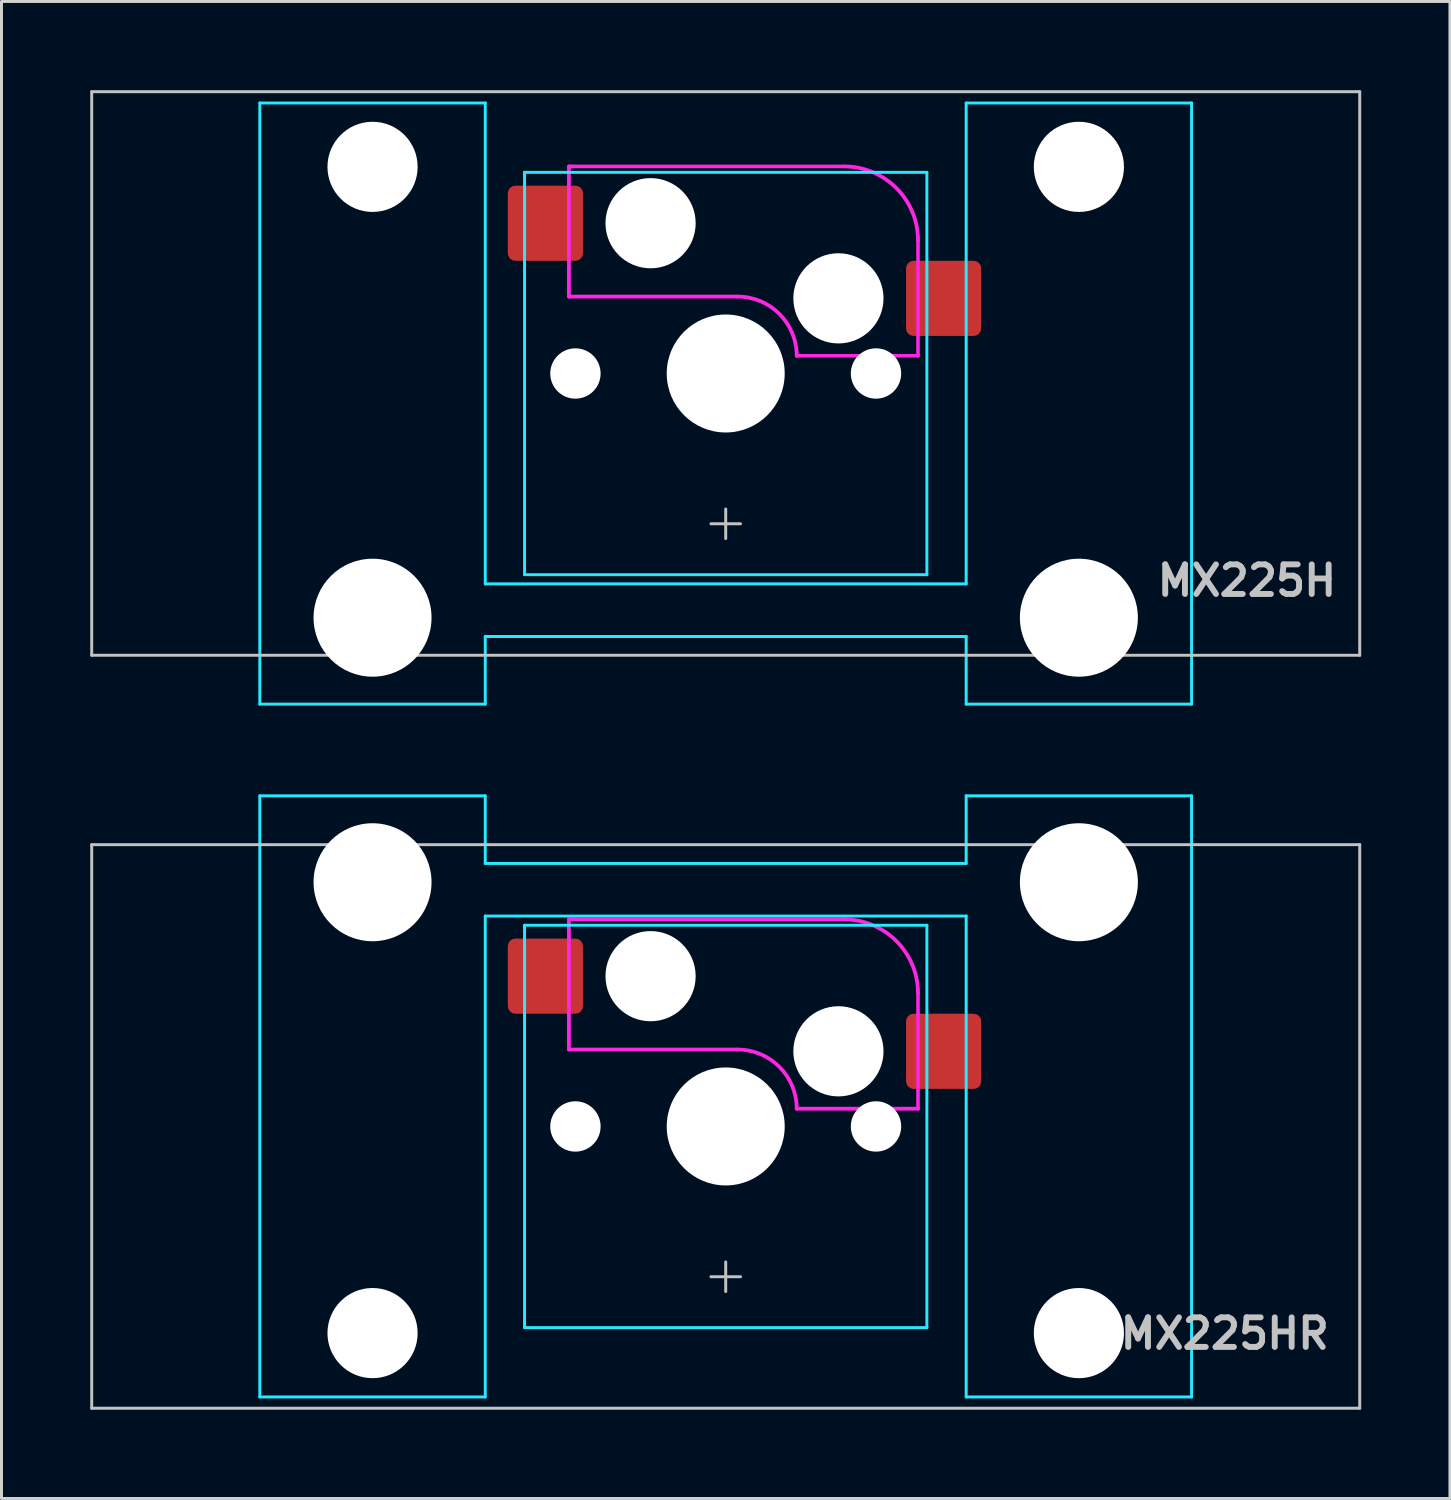
<source format=kicad_pcb>
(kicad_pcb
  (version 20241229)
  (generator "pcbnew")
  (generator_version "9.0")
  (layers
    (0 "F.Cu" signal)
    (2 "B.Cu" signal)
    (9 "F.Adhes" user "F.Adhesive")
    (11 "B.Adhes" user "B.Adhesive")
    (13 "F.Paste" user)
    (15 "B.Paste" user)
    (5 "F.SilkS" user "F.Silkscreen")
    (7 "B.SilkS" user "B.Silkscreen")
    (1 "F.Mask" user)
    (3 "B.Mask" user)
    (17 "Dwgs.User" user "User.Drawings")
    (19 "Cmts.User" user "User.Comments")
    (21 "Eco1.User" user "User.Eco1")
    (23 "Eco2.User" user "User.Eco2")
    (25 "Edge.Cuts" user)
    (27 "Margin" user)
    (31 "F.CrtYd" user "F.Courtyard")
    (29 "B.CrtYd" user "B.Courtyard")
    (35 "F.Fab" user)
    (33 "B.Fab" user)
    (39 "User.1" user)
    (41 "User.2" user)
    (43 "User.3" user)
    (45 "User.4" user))
  (footprint "MX225H"
    (layer "F.Cu")
    (at 21.481 9.575)
    (property "Reference" "MX225H" (at 20.75 7 0) (layer "Dwgs.User") (effects (font (size 1 1) (thickness 0.2)) (justify right)))
    (attr smd)
    (fp_line (start -21.431 -9.525) (end -21.431 9.525) (stroke (width 0.1) (type solid)) (layer "Dwgs.User"))
    (fp_line (start -21.431 -9.525) (end 21.431 -9.525) (stroke (width 0.1) (type solid)) (layer "Dwgs.User"))
    (fp_line (start -21.431 9.525) (end 21.431 9.525) (stroke (width 0.1) (type solid)) (layer "Dwgs.User"))
    (fp_line (start -0.5 5.08) (end 0.5 5.08) (stroke (width 0.1) (type solid)) (layer "Dwgs.User"))
    (fp_line (start 0 4.58) (end 0 5.58) (stroke (width 0.1) (type solid)) (layer "Dwgs.User"))
    (fp_line (start 21.431 -9.525) (end 21.431 9.525) (stroke (width 0.1) (type solid)) (layer "Dwgs.User"))
    (fp_line (start -15.438 -5.485) (end -15.438 8.515) (stroke (width 0.1) (type solid)) (layer "Eco1.User"))
    (fp_line (start -14.938 -5.985) (end -8.938 -5.985) (stroke (width 0.1) (type solid)) (layer "Eco1.User"))
    (fp_line (start -8.938 9.015) (end -14.938 9.015) (stroke (width 0.1) (type solid)) (layer "Eco1.User"))
    (fp_line (start -8.438 8.515) (end -8.438 -5.485) (stroke (width 0.1) (type solid)) (layer "Eco1.User"))
    (fp_line (start -7 -6.5) (end -7 6.5) (stroke (width 0.1) (type solid)) (layer "Eco1.User"))
    (fp_line (start -6.5 7) (end 6.5 7) (stroke (width 0.1) (type solid)) (layer "Eco1.User"))
    (fp_line (start 6.5 -7) (end -6.5 -7) (stroke (width 0.1) (type solid)) (layer "Eco1.User"))
    (fp_line (start 7 6.5) (end 7 -6.5) (stroke (width 0.1) (type solid)) (layer "Eco1.User"))
    (fp_line (start 8.438 -5.485) (end 8.438 8.515) (stroke (width 0.1) (type solid)) (layer "Eco1.User"))
    (fp_line (start 8.938 -5.985) (end 14.938 -5.985) (stroke (width 0.1) (type solid)) (layer "Eco1.User"))
    (fp_line (start 14.938 9.015) (end 8.938 9.015) (stroke (width 0.1) (type solid)) (layer "Eco1.User"))
    (fp_line (start 15.438 8.515) (end 15.438 -5.485) (stroke (width 0.1) (type solid)) (layer "Eco1.User"))
    (fp_arc (start -15.438 -5.485) (mid -15.291553 -5.838553) (end -14.938 -5.985) (stroke (width 0.1) (type solid)) (layer "Eco1.User"))
    (fp_arc (start -14.938 9.015) (mid -15.291553 8.868553) (end -15.438 8.515) (stroke (width 0.1) (type solid)) (layer "Eco1.User"))
    (fp_arc (start -8.938 -5.985) (mid -8.584447 -5.838553) (end -8.438 -5.485) (stroke (width 0.1) (type solid)) (layer "Eco1.User"))
    (fp_arc (start -8.438 8.515) (mid -8.584447 8.868553) (end -8.938 9.015) (stroke (width 0.1) (type solid)) (layer "Eco1.User"))
    (fp_arc (start -7 -6.5) (mid -6.853553 -6.853553) (end -6.5 -7) (stroke (width 0.1) (type solid)) (layer "Eco1.User"))
    (fp_arc (start -6.5 7) (mid -6.853553 6.853553) (end -7 6.5) (stroke (width 0.1) (type solid)) (layer "Eco1.User"))
    (fp_arc (start 6.5 -7) (mid 6.853553 -6.853553) (end 7 -6.5) (stroke (width 0.1) (type solid)) (layer "Eco1.User"))
    (fp_arc (start 7 6.5) (mid 6.853553 6.853553) (end 6.5 7) (stroke (width 0.1) (type solid)) (layer "Eco1.User"))
    (fp_arc (start 8.438 -5.485) (mid 8.584447 -5.838553) (end 8.938 -5.985) (stroke (width 0.1) (type solid)) (layer "Eco1.User"))
    (fp_arc (start 8.938 9.015) (mid 8.584447 8.868553) (end 8.438 8.515) (stroke (width 0.1) (type solid)) (layer "Eco1.User"))
    (fp_arc (start 14.938 -5.985) (mid 15.291553 -5.838553) (end 15.438 -5.485) (stroke (width 0.1) (type solid)) (layer "Eco1.User"))
    (fp_arc (start 15.438 8.515) (mid 15.291553 8.868553) (end 14.938 9.015) (stroke (width 0.1) (type solid)) (layer "Eco1.User"))
    (fp_line (start -15.748 -9.144) (end -15.748 11.176) (stroke (width 0.1) (type solid)) (layer "B.CrtYd"))
    (fp_line (start -15.748 11.176) (end -8.128 11.176) (stroke (width 0.1) (type solid)) (layer "B.CrtYd"))
    (fp_line (start -8.128 -9.144) (end -15.748 -9.144) (stroke (width 0.1) (type solid)) (layer "B.CrtYd"))
    (fp_line (start -8.128 7.112) (end -8.128 -9.144) (stroke (width 0.1) (type solid)) (layer "B.CrtYd"))
    (fp_line (start -8.128 7.112) (end 8.128 7.112) (stroke (width 0.1) (type solid)) (layer "B.CrtYd"))
    (fp_line (start -8.128 8.89) (end -8.128 11.176) (stroke (width 0.1) (type solid)) (layer "B.CrtYd"))
    (fp_line (start -8.128 8.89) (end 8.128 8.89) (stroke (width 0.1) (type solid)) (layer "B.CrtYd"))
    (fp_line (start -6.8 -6.8) (end -6.8 6.8) (stroke (width 0.1) (type solid)) (layer "B.CrtYd"))
    (fp_line (start 6.8 -6.8) (end -6.8 -6.8) (stroke (width 0.1) (type solid)) (layer "B.CrtYd"))
    (fp_line (start 6.8 -6.8) (end 6.8 6.8) (stroke (width 0.1) (type solid)) (layer "B.CrtYd"))
    (fp_line (start 6.8 6.8) (end -6.8 6.8) (stroke (width 0.1) (type solid)) (layer "B.CrtYd"))
    (fp_line (start 8.128 -9.144) (end 15.748 -9.144) (stroke (width 0.1) (type solid)) (layer "B.CrtYd"))
    (fp_line (start 8.128 7.112) (end 8.128 -9.142) (stroke (width 0.1) (type solid)) (layer "B.CrtYd"))
    (fp_line (start 8.128 8.89) (end 8.128 11.176) (stroke (width 0.1) (type solid)) (layer "B.CrtYd"))
    (fp_line (start 15.748 11.176) (end 8.128 11.176) (stroke (width 0.1) (type solid)) (layer "B.CrtYd"))
    (fp_line (start 15.748 11.176) (end 15.748 -9.144) (stroke (width 0.1) (type solid)) (layer "B.CrtYd"))
    (fp_line (start -5.3 -7) (end -5.3 -2.6) (stroke (width 0.127) (type solid)) (layer "F.CrtYd"))
    (fp_line (start -5.2 -7) (end -5.3 -7) (stroke (width 0.12) (type solid)) (layer "F.CrtYd"))
    (fp_line (start 0.4 -2.6) (end -5.3 -2.6) (stroke (width 0.127) (type solid)) (layer "F.CrtYd"))
    (fp_line (start 4 -7) (end -5.2 -7) (stroke (width 0.12) (type solid)) (layer "F.CrtYd"))
    (fp_line (start 6.5 -4.5) (end 6.5 -0.6) (stroke (width 0.12) (type solid)) (layer "F.CrtYd"))
    (fp_line (start 6.5 -0.6) (end 2.4 -0.6) (stroke (width 0.12) (type solid)) (layer "F.CrtYd"))
    (fp_arc (start 0.4 -2.6) (mid 1.814214 -2.014214) (end 2.4 -0.6) (stroke (width 0.127) (type solid)) (layer "F.CrtYd"))
    (fp_arc (start 4 -7) (mid 5.767767 -6.267767) (end 6.5 -4.5) (stroke (width 0.127) (type solid)) (layer "F.CrtYd"))
    (pad "" np_thru_hole circle (at -11.938 -6.985) (size 3.048 3.048) (drill 3.048) (layers "*.Cu" "*.Mask"))
    (pad "" np_thru_hole circle (at -11.938 8.255) (size 3.988 3.988) (drill 3.988) (layers "*.Cu" "*.Mask"))
    (pad "" np_thru_hole circle (at -5.08 0) (size 1.702 1.702) (drill 1.702) (layers "*.Cu" "*.Mask"))
    (pad "" np_thru_hole circle (at -2.54 -5.08) (size 3.048 3.048) (drill 3.048) (layers "*.Cu" "*.Mask"))
    (pad "" np_thru_hole circle (at 0 0) (size 3.988 3.988) (drill 3.988) (layers "*.Cu" "*.Mask"))
    (pad "" np_thru_hole circle (at 3.81 -2.54) (size 3.048 3.048) (drill 3.048) (layers "*.Cu" "*.Mask"))
    (pad "" np_thru_hole circle (at 5.08 0) (size 1.702 1.702) (drill 1.702) (layers "*.Cu" "*.Mask"))
    (pad "" np_thru_hole circle (at 11.938 -6.985) (size 3.048 3.048) (drill 3.048) (layers "*.Cu" "*.Mask"))
    (pad "" np_thru_hole circle (at 11.938 8.255) (size 3.988 3.988) (drill 3.988) (layers "*.Cu" "*.Mask"))
    (pad "1" smd roundrect (at -6.096 -5.08) (size 2.54 2.54) (layers "F.Cu" "F.Mask") (roundrect_rratio 0.1))
    (pad "2" smd roundrect (at 7.366 -2.54) (size 2.54 2.54) (layers "F.Cu" "F.Mask") (roundrect_rratio 0.1)))
  (footprint "MX225HR"
    (layer "F.Cu")
    (at 21.481 35.027)
    (property "Reference" "MX225HR" (at 20.5 7 0) (layer "Dwgs.User") (effects (font (size 1 1) (thickness 0.2)) (justify right)))
    (attr smd)
    (fp_line (start -21.431 -9.525) (end -21.431 9.525) (stroke (width 0.1) (type solid)) (layer "Dwgs.User"))
    (fp_line (start -21.431 -9.525) (end 21.431 -9.525) (stroke (width 0.1) (type solid)) (layer "Dwgs.User"))
    (fp_line (start -21.431 9.525) (end 21.431 9.525) (stroke (width 0.1) (type solid)) (layer "Dwgs.User"))
    (fp_line (start -0.5 5.08) (end 0.5 5.08) (stroke (width 0.1) (type solid)) (layer "Dwgs.User"))
    (fp_line (start 0 4.58) (end 0 5.58) (stroke (width 0.1) (type solid)) (layer "Dwgs.User"))
    (fp_line (start 21.431 -9.525) (end 21.431 9.525) (stroke (width 0.1) (type solid)) (layer "Dwgs.User"))
    (fp_line (start -15.438 -8.515) (end -15.438 5.485) (stroke (width 0.1) (type solid)) (layer "Eco1.User"))
    (fp_line (start -14.938 -9.015) (end -8.938 -9.015) (stroke (width 0.1) (type solid)) (layer "Eco1.User"))
    (fp_line (start -8.938 5.985) (end -14.938 5.985) (stroke (width 0.1) (type solid)) (layer "Eco1.User"))
    (fp_line (start -8.438 5.485) (end -8.438 -8.515) (stroke (width 0.1) (type solid)) (layer "Eco1.User"))
    (fp_line (start -7 -6.5) (end -7 6.5) (stroke (width 0.1) (type solid)) (layer "Eco1.User"))
    (fp_line (start -6.5 7) (end 6.5 7) (stroke (width 0.1) (type solid)) (layer "Eco1.User"))
    (fp_line (start 6.5 -7) (end -6.5 -7) (stroke (width 0.1) (type solid)) (layer "Eco1.User"))
    (fp_line (start 7 6.5) (end 7 -6.5) (stroke (width 0.1) (type solid)) (layer "Eco1.User"))
    (fp_line (start 8.438 -8.515) (end 8.438 5.485) (stroke (width 0.1) (type solid)) (layer "Eco1.User"))
    (fp_line (start 8.938 -9.015) (end 14.938 -9.015) (stroke (width 0.1) (type solid)) (layer "Eco1.User"))
    (fp_line (start 14.938 5.985) (end 8.938 5.985) (stroke (width 0.1) (type solid)) (layer "Eco1.User"))
    (fp_line (start 15.438 5.485) (end 15.438 -8.515) (stroke (width 0.1) (type solid)) (layer "Eco1.User"))
    (fp_arc (start -15.438 -8.515) (mid -15.291553 -8.868553) (end -14.938 -9.015) (stroke (width 0.1) (type solid)) (layer "Eco1.User"))
    (fp_arc (start -14.938 5.985) (mid -15.291553 5.838553) (end -15.438 5.485) (stroke (width 0.1) (type solid)) (layer "Eco1.User"))
    (fp_arc (start -8.938 -9.015) (mid -8.584447 -8.868553) (end -8.438 -8.515) (stroke (width 0.1) (type solid)) (layer "Eco1.User"))
    (fp_arc (start -8.438 5.485) (mid -8.584447 5.838553) (end -8.938 5.985) (stroke (width 0.1) (type solid)) (layer "Eco1.User"))
    (fp_arc (start -7 -6.5) (mid -6.853553 -6.853553) (end -6.5 -7) (stroke (width 0.1) (type solid)) (layer "Eco1.User"))
    (fp_arc (start -6.5 7) (mid -6.853553 6.853553) (end -7 6.5) (stroke (width 0.1) (type solid)) (layer "Eco1.User"))
    (fp_arc (start 6.5 -7) (mid 6.853553 -6.853553) (end 7 -6.5) (stroke (width 0.1) (type solid)) (layer "Eco1.User"))
    (fp_arc (start 7 6.5) (mid 6.853553 6.853553) (end 6.5 7) (stroke (width 0.1) (type solid)) (layer "Eco1.User"))
    (fp_arc (start 8.438 -8.515) (mid 8.584447 -8.868553) (end 8.938 -9.015) (stroke (width 0.1) (type solid)) (layer "Eco1.User"))
    (fp_arc (start 8.938 5.985) (mid 8.584447 5.838553) (end 8.438 5.485) (stroke (width 0.1) (type solid)) (layer "Eco1.User"))
    (fp_arc (start 14.938 -9.015) (mid 15.291553 -8.868553) (end 15.438 -8.515) (stroke (width 0.1) (type solid)) (layer "Eco1.User"))
    (fp_arc (start 15.438 5.485) (mid 15.291553 5.838553) (end 14.938 5.985) (stroke (width 0.1) (type solid)) (layer "Eco1.User"))
    (fp_line (start -15.748 -11.176) (end -15.748 9.144) (stroke (width 0.1) (type solid)) (layer "B.CrtYd"))
    (fp_line (start -15.748 -11.176) (end -8.128 -11.176) (stroke (width 0.1) (type solid)) (layer "B.CrtYd"))
    (fp_line (start -8.128 -8.89) (end -8.128 -11.176) (stroke (width 0.1) (type solid)) (layer "B.CrtYd"))
    (fp_line (start -8.128 -7.112) (end -8.128 9.142) (stroke (width 0.1) (type solid)) (layer "B.CrtYd"))
    (fp_line (start -8.128 9.144) (end -15.748 9.144) (stroke (width 0.1) (type solid)) (layer "B.CrtYd"))
    (fp_line (start -6.8 -6.8) (end -6.8 6.8) (stroke (width 0.1) (type solid)) (layer "B.CrtYd"))
    (fp_line (start 6.8 -6.8) (end -6.8 -6.8) (stroke (width 0.1) (type solid)) (layer "B.CrtYd"))
    (fp_line (start 6.8 -6.8) (end 6.8 6.8) (stroke (width 0.1) (type solid)) (layer "B.CrtYd"))
    (fp_line (start 6.8 6.8) (end -6.8 6.8) (stroke (width 0.1) (type solid)) (layer "B.CrtYd"))
    (fp_line (start 8.128 -8.89) (end -8.128 -8.89) (stroke (width 0.1) (type solid)) (layer "B.CrtYd"))
    (fp_line (start 8.128 -8.89) (end 8.128 -11.176) (stroke (width 0.1) (type solid)) (layer "B.CrtYd"))
    (fp_line (start 8.128 -7.112) (end -8.128 -7.112) (stroke (width 0.1) (type solid)) (layer "B.CrtYd"))
    (fp_line (start 8.128 -7.112) (end 8.128 9.144) (stroke (width 0.1) (type solid)) (layer "B.CrtYd"))
    (fp_line (start 8.128 9.144) (end 15.748 9.144) (stroke (width 0.1) (type solid)) (layer "B.CrtYd"))
    (fp_line (start 15.748 -11.176) (end 8.128 -11.176) (stroke (width 0.1) (type solid)) (layer "B.CrtYd"))
    (fp_line (start 15.748 9.144) (end 15.748 -11.176) (stroke (width 0.1) (type solid)) (layer "B.CrtYd"))
    (fp_line (start -5.3 -7) (end -5.3 -2.6) (stroke (width 0.127) (type solid)) (layer "F.CrtYd"))
    (fp_line (start -5.2 -7) (end -5.3 -7) (stroke (width 0.12) (type solid)) (layer "F.CrtYd"))
    (fp_line (start 0.4 -2.6) (end -5.3 -2.6) (stroke (width 0.127) (type solid)) (layer "F.CrtYd"))
    (fp_line (start 4 -7) (end -5.2 -7) (stroke (width 0.12) (type solid)) (layer "F.CrtYd"))
    (fp_line (start 6.5 -4.5) (end 6.5 -0.6) (stroke (width 0.12) (type solid)) (layer "F.CrtYd"))
    (fp_line (start 6.5 -0.6) (end 2.4 -0.6) (stroke (width 0.127) (type solid)) (layer "F.CrtYd"))
    (fp_arc (start 0.4 -2.6) (mid 1.814214 -2.014214) (end 2.4 -0.6) (stroke (width 0.127) (type solid)) (layer "F.CrtYd"))
    (fp_arc (start 4 -7) (mid 5.767767 -6.267767) (end 6.5 -4.5) (stroke (width 0.127) (type solid)) (layer "F.CrtYd"))
    (pad "" np_thru_hole circle (at -11.938 -8.255 180) (size 3.988 3.988) (drill 3.988) (layers "*.Cu" "*.Mask"))
    (pad "" np_thru_hole circle (at -11.938 6.985 180) (size 3.048 3.048) (drill 3.048) (layers "*.Cu" "*.Mask"))
    (pad "" np_thru_hole circle (at -5.08 0) (size 1.702 1.702) (drill 1.702) (layers "*.Cu" "*.Mask"))
    (pad "" np_thru_hole circle (at -2.54 -5.08) (size 3.048 3.048) (drill 3.048) (layers "*.Cu" "*.Mask"))
    (pad "" np_thru_hole circle (at 0 0) (size 3.988 3.988) (drill 3.988) (layers "*.Cu" "*.Mask"))
    (pad "" np_thru_hole circle (at 3.81 -2.54) (size 3.048 3.048) (drill 3.048) (layers "*.Cu" "*.Mask"))
    (pad "" np_thru_hole circle (at 5.08 0) (size 1.702 1.702) (drill 1.702) (layers "*.Cu" "*.Mask"))
    (pad "" np_thru_hole circle (at 11.938 -8.255 180) (size 3.988 3.988) (drill 3.988) (layers "*.Cu" "*.Mask"))
    (pad "" np_thru_hole circle (at 11.938 6.985 180) (size 3.048 3.048) (drill 3.048) (layers "*.Cu" "*.Mask"))
    (pad "1" smd roundrect (at -6.096 -5.08) (size 2.54 2.54) (layers "F.Cu" "F.Mask") (roundrect_rratio 0.1))
    (pad "2" smd roundrect (at 7.366 -2.54) (size 2.54 2.54) (layers "F.Cu" "F.Mask") (roundrect_rratio 0.1)))
  (gr_rect
    (start -3 -3)
    (end 45.962 47.602)
    (stroke (width 0.1) (type default))
    (fill no)
    (layer "Edge.Cuts")))
</source>
